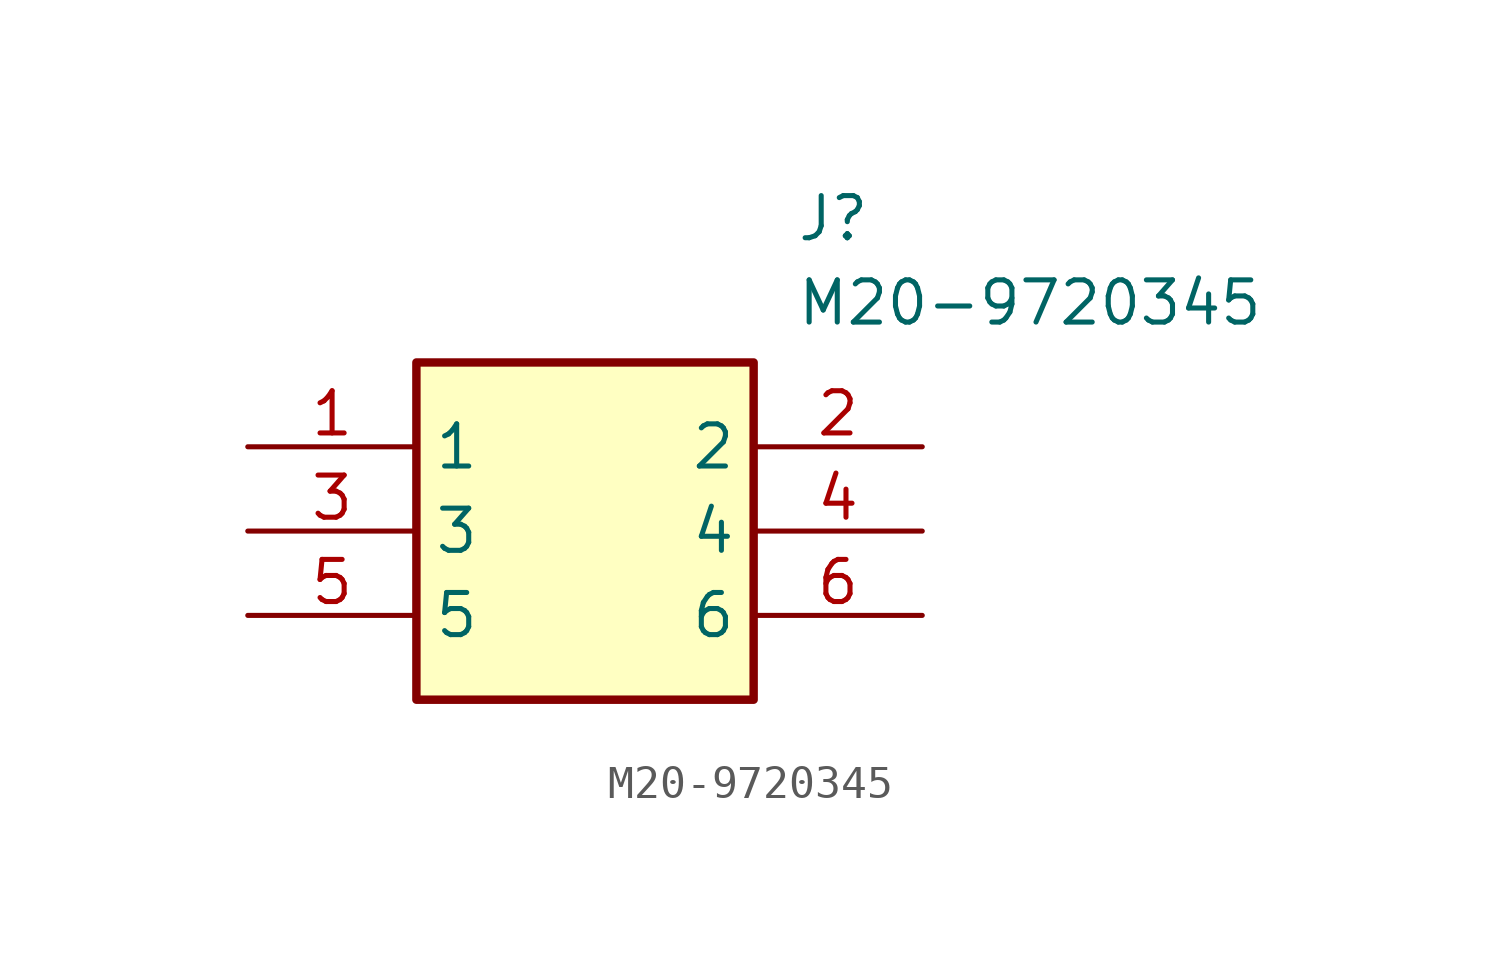
<source format=kicad_sym>
(kicad_symbol_lib
  (version 20211014)
  (generator SamacSys_ECAD_Model)
  (symbol "M20-9720345"
    (property "Reference" "J"
      (at 16.51 7.62 0)
      (effects (font (size 1.27 1.27)) (justify left top)))
    (property "Value" "M20-9720345"
      (at 16.51 5.08 0)
      (effects (font (size 1.27 1.27)) (justify left top)))
    (rectangle
      (start 5.08 2.54)
      (end 15.24 -7.62)
      (stroke (width 0.254) (type default))
      (fill (type background)))
    (pin passive line
      (at 0 0 0)
      (length 5.08)
      (name "1" (effects (font (size 1.27 1.27))))
      (number "1" (effects (font (size 1.27 1.27)))))
    (pin passive line
      (at 0 -2.54 0)
      (length 5.08)
      (name "3" (effects (font (size 1.27 1.27))))
      (number "3" (effects (font (size 1.27 1.27)))))
    (pin passive line
      (at 0 -5.08 0)
      (length 5.08)
      (name "5" (effects (font (size 1.27 1.27))))
      (number "5" (effects (font (size 1.27 1.27)))))
    (pin passive line
      (at 20.32 0 180)
      (length 5.08)
      (name "2" (effects (font (size 1.27 1.27))))
      (number "2" (effects (font (size 1.27 1.27)))))
    (pin passive line
      (at 20.32 -2.54 180)
      (length 5.08)
      (name "4" (effects (font (size 1.27 1.27))))
      (number "4" (effects (font (size 1.27 1.27)))))
    (pin passive line
      (at 20.32 -5.08 180)
      (length 5.08)
      (name "6" (effects (font (size 1.27 1.27))))
      (number "6" (effects (font (size 1.27 1.27)))))))
</source>
